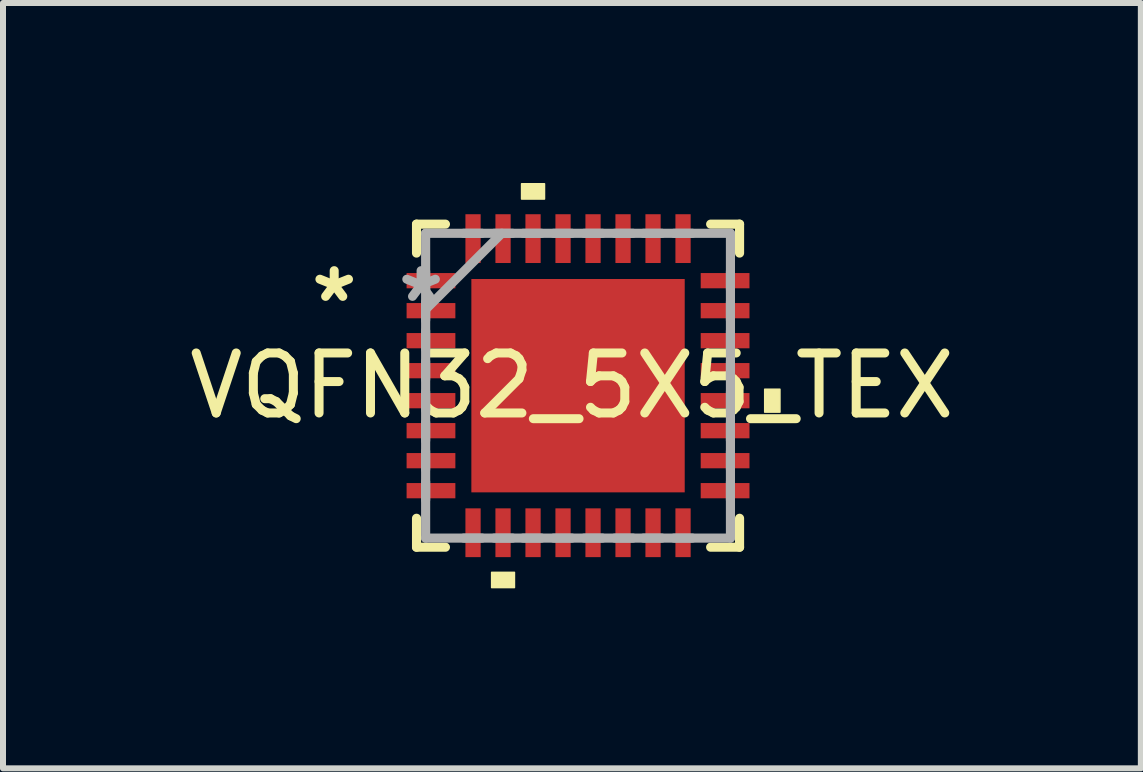
<source format=kicad_pcb>
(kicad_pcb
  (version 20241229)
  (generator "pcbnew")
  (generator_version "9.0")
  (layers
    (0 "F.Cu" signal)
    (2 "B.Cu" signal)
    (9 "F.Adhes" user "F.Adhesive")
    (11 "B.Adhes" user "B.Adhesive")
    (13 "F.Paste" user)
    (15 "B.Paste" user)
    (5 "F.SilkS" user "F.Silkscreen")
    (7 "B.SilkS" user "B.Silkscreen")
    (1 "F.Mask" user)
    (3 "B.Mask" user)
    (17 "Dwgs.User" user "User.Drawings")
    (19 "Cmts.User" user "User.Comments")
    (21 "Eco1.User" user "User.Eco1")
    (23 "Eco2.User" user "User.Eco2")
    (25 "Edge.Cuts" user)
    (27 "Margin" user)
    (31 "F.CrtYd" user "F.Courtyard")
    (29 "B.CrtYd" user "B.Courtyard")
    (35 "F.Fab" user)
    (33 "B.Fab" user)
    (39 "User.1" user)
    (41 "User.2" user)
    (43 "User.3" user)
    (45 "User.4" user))
  (footprint "VQFN32_5X5_TEX"
    (layer "F.Cu")
    (at 6.584 3.378)
    (property "Reference" "VQFN32_5X5_TEX" (at -0.102 0 0) (layer "F.SilkS") (effects (font (size 1 1) (thickness 0.15))))
    (attr smd)
    (fp_line (start -2.692 -2.692) (end -2.692 -2.21) (stroke (width 0.152) (type solid)) (layer "F.SilkS"))
    (fp_line (start -2.692 2.21) (end -2.692 2.692) (stroke (width 0.152) (type solid)) (layer "F.SilkS"))
    (fp_line (start -2.692 2.692) (end -2.21 2.692) (stroke (width 0.152) (type solid)) (layer "F.SilkS"))
    (fp_line (start -2.21 -2.692) (end -2.692 -2.692) (stroke (width 0.152) (type solid)) (layer "F.SilkS"))
    (fp_line (start 2.21 2.692) (end 2.692 2.692) (stroke (width 0.152) (type solid)) (layer "F.SilkS"))
    (fp_line (start 2.692 -2.692) (end 2.21 -2.692) (stroke (width 0.152) (type solid)) (layer "F.SilkS"))
    (fp_line (start 2.692 -2.21) (end 2.692 -2.692) (stroke (width 0.152) (type solid)) (layer "F.SilkS"))
    (fp_line (start 2.692 2.692) (end 2.692 2.21) (stroke (width 0.152) (type solid)) (layer "F.SilkS"))
    (fp_poly (pts (xy -1.44 3.111) (xy -1.44 3.365) (xy -1.06 3.365) (xy -1.06 3.111)) (stroke (width 0.025) (type solid)) (fill yes) (layer "F.SilkS"))
    (fp_poly (pts (xy -0.941 -3.111) (xy -0.941 -3.365) (xy -0.559 -3.365) (xy -0.559 -3.111)) (stroke (width 0.025) (type solid)) (fill yes) (layer "F.SilkS"))
    (fp_poly (pts (xy 3.365 0.059) (xy 3.365 0.441) (xy 3.111 0.441) (xy 3.111 0.059)) (stroke (width 0.025) (type solid)) (fill yes) (layer "F.SilkS"))
    (fp_poly (pts (xy -1.678 -1.678) (xy -1.678 -0.1) (xy -0.1 -0.1) (xy -0.1 -1.678)) (stroke (width 0.025) (type solid)) (fill yes) (layer "F.Paste"))
    (fp_poly (pts (xy -1.678 0.1) (xy -1.678 1.678) (xy -0.1 1.678) (xy -0.1 0.1)) (stroke (width 0.025) (type solid)) (fill yes) (layer "F.Paste"))
    (fp_poly (pts (xy 0.1 -1.678) (xy 0.1 -0.1) (xy 1.678 -0.1) (xy 1.678 -1.678)) (stroke (width 0.025) (type solid)) (fill yes) (layer "F.Paste"))
    (fp_poly (pts (xy 0.1 0.1) (xy 0.1 1.678) (xy 1.678 1.678) (xy 1.678 0.1)) (stroke (width 0.025) (type solid)) (fill yes) (layer "F.Paste"))
    (fp_line (start -2.54 -2.54) (end -2.54 2.54) (stroke (width 0.152) (type solid)) (layer "F.Fab"))
    (fp_line (start -2.54 -1.905) (end -2.54 -1.6) (stroke (width 0.152) (type solid)) (layer "F.Fab"))
    (fp_line (start -2.54 -1.397) (end -2.54 -1.092) (stroke (width 0.152) (type solid)) (layer "F.Fab"))
    (fp_line (start -2.54 -1.27) (end -1.27 -2.54) (stroke (width 0.152) (type solid)) (layer "F.Fab"))
    (fp_line (start -2.54 -0.914) (end -2.54 -0.61) (stroke (width 0.152) (type solid)) (layer "F.Fab"))
    (fp_line (start -2.54 -0.406) (end -2.54 -0.102) (stroke (width 0.152) (type solid)) (layer "F.Fab"))
    (fp_line (start -2.54 0.102) (end -2.54 0.406) (stroke (width 0.152) (type solid)) (layer "F.Fab"))
    (fp_line (start -2.54 0.61) (end -2.54 0.914) (stroke (width 0.152) (type solid)) (layer "F.Fab"))
    (fp_line (start -2.54 1.092) (end -2.54 1.397) (stroke (width 0.152) (type solid)) (layer "F.Fab"))
    (fp_line (start -2.54 1.6) (end -2.54 1.905) (stroke (width 0.152) (type solid)) (layer "F.Fab"))
    (fp_line (start -2.54 2.54) (end 2.54 2.54) (stroke (width 0.152) (type solid)) (layer "F.Fab"))
    (fp_line (start -1.905 2.54) (end -1.6 2.54) (stroke (width 0.152) (type solid)) (layer "F.Fab"))
    (fp_line (start -1.6 -2.54) (end -1.905 -2.54) (stroke (width 0.152) (type solid)) (layer "F.Fab"))
    (fp_line (start -1.397 2.54) (end -1.092 2.54) (stroke (width 0.152) (type solid)) (layer "F.Fab"))
    (fp_line (start -1.092 -2.54) (end -1.397 -2.54) (stroke (width 0.152) (type solid)) (layer "F.Fab"))
    (fp_line (start -0.914 2.54) (end -0.61 2.54) (stroke (width 0.152) (type solid)) (layer "F.Fab"))
    (fp_line (start -0.61 -2.54) (end -0.914 -2.54) (stroke (width 0.152) (type solid)) (layer "F.Fab"))
    (fp_line (start -0.406 2.54) (end -0.102 2.54) (stroke (width 0.152) (type solid)) (layer "F.Fab"))
    (fp_line (start -0.102 -2.54) (end -0.406 -2.54) (stroke (width 0.152) (type solid)) (layer "F.Fab"))
    (fp_line (start 0.102 2.54) (end 0.406 2.54) (stroke (width 0.152) (type solid)) (layer "F.Fab"))
    (fp_line (start 0.406 -2.54) (end 0.102 -2.54) (stroke (width 0.152) (type solid)) (layer "F.Fab"))
    (fp_line (start 0.61 2.54) (end 0.914 2.54) (stroke (width 0.152) (type solid)) (layer "F.Fab"))
    (fp_line (start 0.914 -2.54) (end 0.61 -2.54) (stroke (width 0.152) (type solid)) (layer "F.Fab"))
    (fp_line (start 1.092 2.54) (end 1.397 2.54) (stroke (width 0.152) (type solid)) (layer "F.Fab"))
    (fp_line (start 1.397 -2.54) (end 1.092 -2.54) (stroke (width 0.152) (type solid)) (layer "F.Fab"))
    (fp_line (start 1.6 2.54) (end 1.905 2.54) (stroke (width 0.152) (type solid)) (layer "F.Fab"))
    (fp_line (start 1.905 -2.54) (end 1.6 -2.54) (stroke (width 0.152) (type solid)) (layer "F.Fab"))
    (fp_line (start 2.54 -2.54) (end -2.54 -2.54) (stroke (width 0.152) (type solid)) (layer "F.Fab"))
    (fp_line (start 2.54 -1.6) (end 2.54 -1.905) (stroke (width 0.152) (type solid)) (layer "F.Fab"))
    (fp_line (start 2.54 -1.092) (end 2.54 -1.397) (stroke (width 0.152) (type solid)) (layer "F.Fab"))
    (fp_line (start 2.54 -0.61) (end 2.54 -0.914) (stroke (width 0.152) (type solid)) (layer "F.Fab"))
    (fp_line (start 2.54 -0.102) (end 2.54 -0.406) (stroke (width 0.152) (type solid)) (layer "F.Fab"))
    (fp_line (start 2.54 0.406) (end 2.54 0.102) (stroke (width 0.152) (type solid)) (layer "F.Fab"))
    (fp_line (start 2.54 0.914) (end 2.54 0.61) (stroke (width 0.152) (type solid)) (layer "F.Fab"))
    (fp_line (start 2.54 1.397) (end 2.54 1.092) (stroke (width 0.152) (type solid)) (layer "F.Fab"))
    (fp_line (start 2.54 1.905) (end 2.54 1.6) (stroke (width 0.152) (type solid)) (layer "F.Fab"))
    (fp_line (start 2.54 2.54) (end 2.54 -2.54) (stroke (width 0.152) (type solid)) (layer "F.Fab"))
    (fp_text user "*" (at -4.064 -1.372 0) (layer "F.SilkS") (effects (font (size 1 1) (thickness 0.15))))
    (fp_text user "*" (at -2.616 -1.372 0) (layer "F.Fab") (effects (font (size 1 1) (thickness 0.15))))
    (pad "1" smd rect (at -2.451 -1.75 270) (size 0.254 0.813) (layers "F.Cu" "F.Mask" "F.Paste"))
    (pad "2" smd rect (at -2.451 -1.25 270) (size 0.254 0.813) (layers "F.Cu" "F.Mask" "F.Paste"))
    (pad "3" smd rect (at -2.451 -0.75 270) (size 0.254 0.813) (layers "F.Cu" "F.Mask" "F.Paste"))
    (pad "4" smd rect (at -2.451 -0.25 270) (size 0.254 0.813) (layers "F.Cu" "F.Mask" "F.Paste"))
    (pad "5" smd rect (at -2.451 0.25 270) (size 0.254 0.813) (layers "F.Cu" "F.Mask" "F.Paste"))
    (pad "6" smd rect (at -2.451 0.75 270) (size 0.254 0.813) (layers "F.Cu" "F.Mask" "F.Paste"))
    (pad "7" smd rect (at -2.451 1.25 270) (size 0.254 0.813) (layers "F.Cu" "F.Mask" "F.Paste"))
    (pad "8" smd rect (at -2.451 1.75 270) (size 0.254 0.813) (layers "F.Cu" "F.Mask" "F.Paste"))
    (pad "9" smd rect (at -1.75 2.451 180) (size 0.254 0.813) (layers "F.Cu" "F.Mask" "F.Paste"))
    (pad "10" smd rect (at -1.25 2.451 180) (size 0.254 0.813) (layers "F.Cu" "F.Mask" "F.Paste"))
    (pad "11" smd rect (at -0.75 2.451 180) (size 0.254 0.813) (layers "F.Cu" "F.Mask" "F.Paste"))
    (pad "12" smd rect (at -0.25 2.451 180) (size 0.254 0.813) (layers "F.Cu" "F.Mask" "F.Paste"))
    (pad "13" smd rect (at 0.25 2.451 180) (size 0.254 0.813) (layers "F.Cu" "F.Mask" "F.Paste"))
    (pad "14" smd rect (at 0.75 2.451 180) (size 0.254 0.813) (layers "F.Cu" "F.Mask" "F.Paste"))
    (pad "15" smd rect (at 1.25 2.451 180) (size 0.254 0.813) (layers "F.Cu" "F.Mask" "F.Paste"))
    (pad "16" smd rect (at 1.75 2.451 180) (size 0.254 0.813) (layers "F.Cu" "F.Mask" "F.Paste"))
    (pad "17" smd rect (at 2.451 1.75 270) (size 0.254 0.813) (layers "F.Cu" "F.Mask" "F.Paste"))
    (pad "18" smd rect (at 2.451 1.25 270) (size 0.254 0.813) (layers "F.Cu" "F.Mask" "F.Paste"))
    (pad "19" smd rect (at 2.451 0.75 270) (size 0.254 0.813) (layers "F.Cu" "F.Mask" "F.Paste"))
    (pad "20" smd rect (at 2.451 0.25 270) (size 0.254 0.813) (layers "F.Cu" "F.Mask" "F.Paste"))
    (pad "21" smd rect (at 2.451 -0.25 270) (size 0.254 0.813) (layers "F.Cu" "F.Mask" "F.Paste"))
    (pad "22" smd rect (at 2.451 -0.75 270) (size 0.254 0.813) (layers "F.Cu" "F.Mask" "F.Paste"))
    (pad "23" smd rect (at 2.451 -1.25 270) (size 0.254 0.813) (layers "F.Cu" "F.Mask" "F.Paste"))
    (pad "24" smd rect (at 2.451 -1.75 270) (size 0.254 0.813) (layers "F.Cu" "F.Mask" "F.Paste"))
    (pad "25" smd rect (at 1.75 -2.451 180) (size 0.254 0.813) (layers "F.Cu" "F.Mask" "F.Paste"))
    (pad "26" smd rect (at 1.25 -2.451 180) (size 0.254 0.813) (layers "F.Cu" "F.Mask" "F.Paste"))
    (pad "27" smd rect (at 0.75 -2.451 180) (size 0.254 0.813) (layers "F.Cu" "F.Mask" "F.Paste"))
    (pad "28" smd rect (at 0.25 -2.451 180) (size 0.254 0.813) (layers "F.Cu" "F.Mask" "F.Paste"))
    (pad "29" smd rect (at -0.25 -2.451 180) (size 0.254 0.813) (layers "F.Cu" "F.Mask" "F.Paste"))
    (pad "30" smd rect (at -0.75 -2.451 180) (size 0.254 0.813) (layers "F.Cu" "F.Mask" "F.Paste"))
    (pad "31" smd rect (at -1.25 -2.451 180) (size 0.254 0.813) (layers "F.Cu" "F.Mask" "F.Paste"))
    (pad "32" smd rect (at -1.75 -2.451 180) (size 0.254 0.813) (layers "F.Cu" "F.Mask" "F.Paste"))
    (pad "33" smd rect (at 0 0) (size 3.556 3.556) (layers "F.Cu" "F.Mask")))
  (gr_rect
    (start -3 -3)
    (end 15.964 9.756)
    (stroke (width 0.1) (type default))
    (fill no)
    (layer "Edge.Cuts")))
</source>
